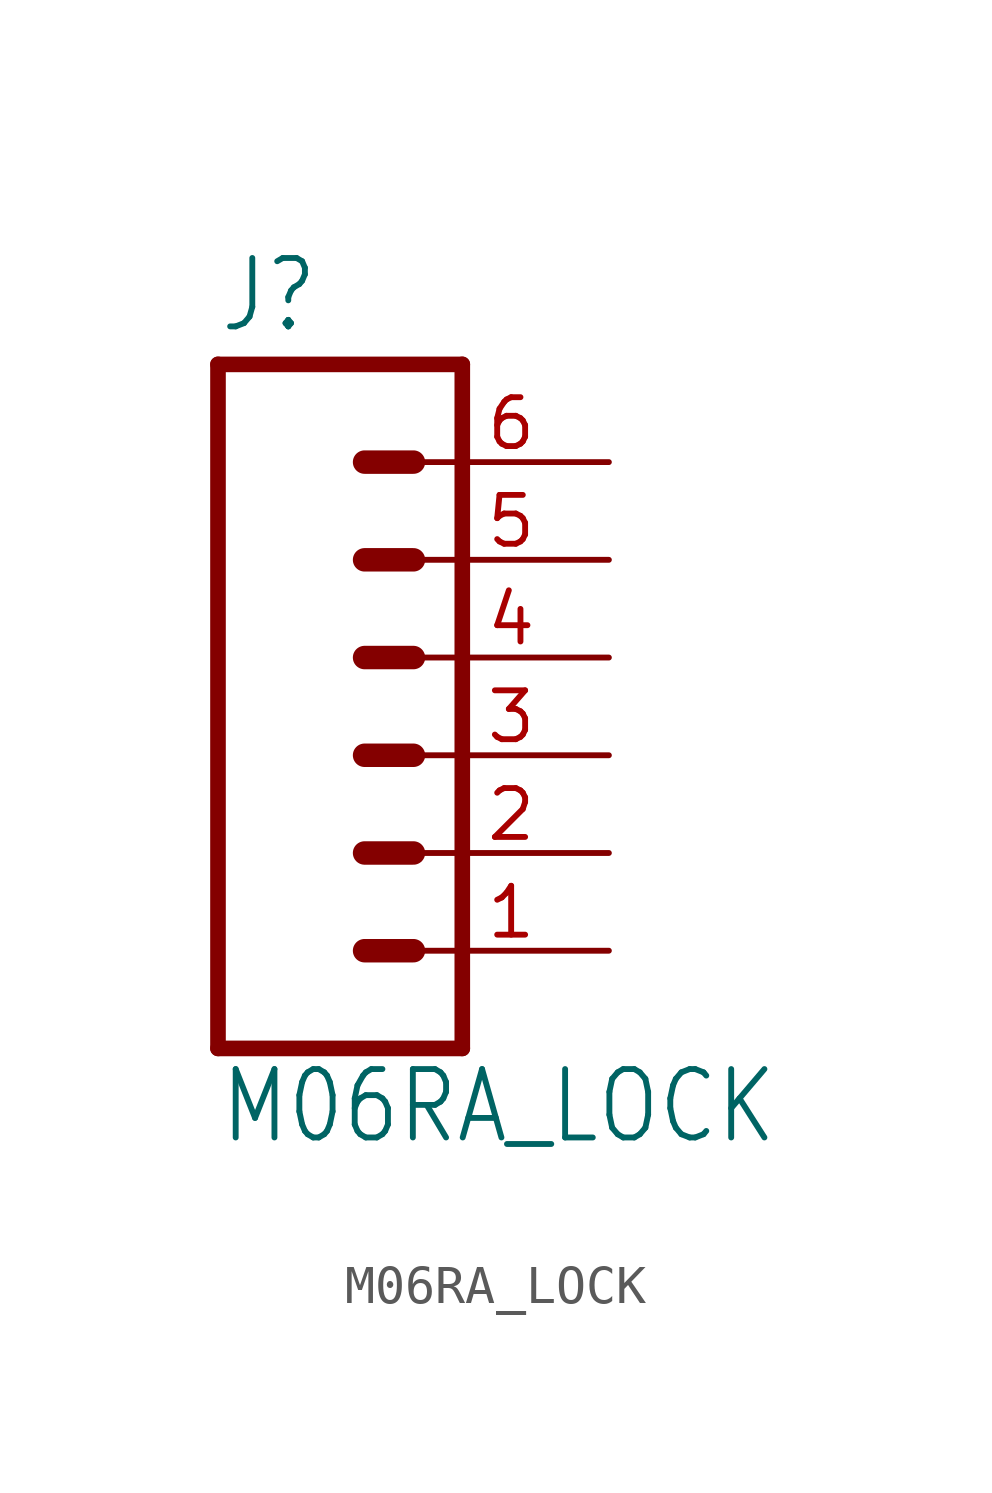
<source format=kicad_sym>
(kicad_symbol_lib
  (version 20220914)
  (generator kicad_symbol_editor)
  (symbol "M06RA_LOCK"
    (property "Reference" "J"
      (at -5.08 10.922 0)
      (effects (font (size 1.778 1.511)) (justify left bottom)))
    (property "Value" "M06RA_LOCK"
      (at -5.08 -10.16 0)
      (effects (font (size 1.778 1.511)) (justify left bottom)))
    (property "ki_locked" ""
      (at 0 0 0)
      (effects (font (size 1.27 1.27))))
    (symbol "M06RA_LOCK_1_0"
      (polyline (pts (xy -5.08 10.16) (xy -5.08 -7.62)) (stroke (width 0.406) (type default)) (fill (type none)))
      (polyline (pts (xy -5.08 10.16) (xy 1.27 10.16)) (stroke (width 0.406) (type default)) (fill (type none)))
      (polyline (pts (xy -1.27 -5.08) (xy 0 -5.08)) (stroke (width 0.61) (type default)) (fill (type none)))
      (polyline (pts (xy -1.27 -2.54) (xy 0 -2.54)) (stroke (width 0.61) (type default)) (fill (type none)))
      (polyline (pts (xy -1.27 0) (xy 0 0)) (stroke (width 0.61) (type default)) (fill (type none)))
      (polyline (pts (xy -1.27 2.54) (xy 0 2.54)) (stroke (width 0.61) (type default)) (fill (type none)))
      (polyline (pts (xy -1.27 5.08) (xy 0 5.08)) (stroke (width 0.61) (type default)) (fill (type none)))
      (polyline (pts (xy -1.27 7.62) (xy 0 7.62)) (stroke (width 0.61) (type default)) (fill (type none)))
      (polyline (pts (xy 1.27 -7.62) (xy -5.08 -7.62)) (stroke (width 0.406) (type default)) (fill (type none)))
      (polyline (pts (xy 1.27 -7.62) (xy 1.27 10.16)) (stroke (width 0.406) (type default)) (fill (type none)))
      (pin passive line (at 5.08 -5.08 180) (length 5.08) (name "1" (effects (font (size 0 0)))) (number "1" (effects (font (size 1.27 1.27)))))
      (pin passive line (at 5.08 -2.54 180) (length 5.08) (name "2" (effects (font (size 0 0)))) (number "2" (effects (font (size 1.27 1.27)))))
      (pin passive line (at 5.08 0 180) (length 5.08) (name "3" (effects (font (size 0 0)))) (number "3" (effects (font (size 1.27 1.27)))))
      (pin passive line (at 5.08 2.54 180) (length 5.08) (name "4" (effects (font (size 0 0)))) (number "4" (effects (font (size 1.27 1.27)))))
      (pin passive line (at 5.08 5.08 180) (length 5.08) (name "5" (effects (font (size 0 0)))) (number "5" (effects (font (size 1.27 1.27)))))
      (pin passive line (at 5.08 7.62 180) (length 5.08) (name "6" (effects (font (size 0 0)))) (number "6" (effects (font (size 1.27 1.27))))))))
</source>
